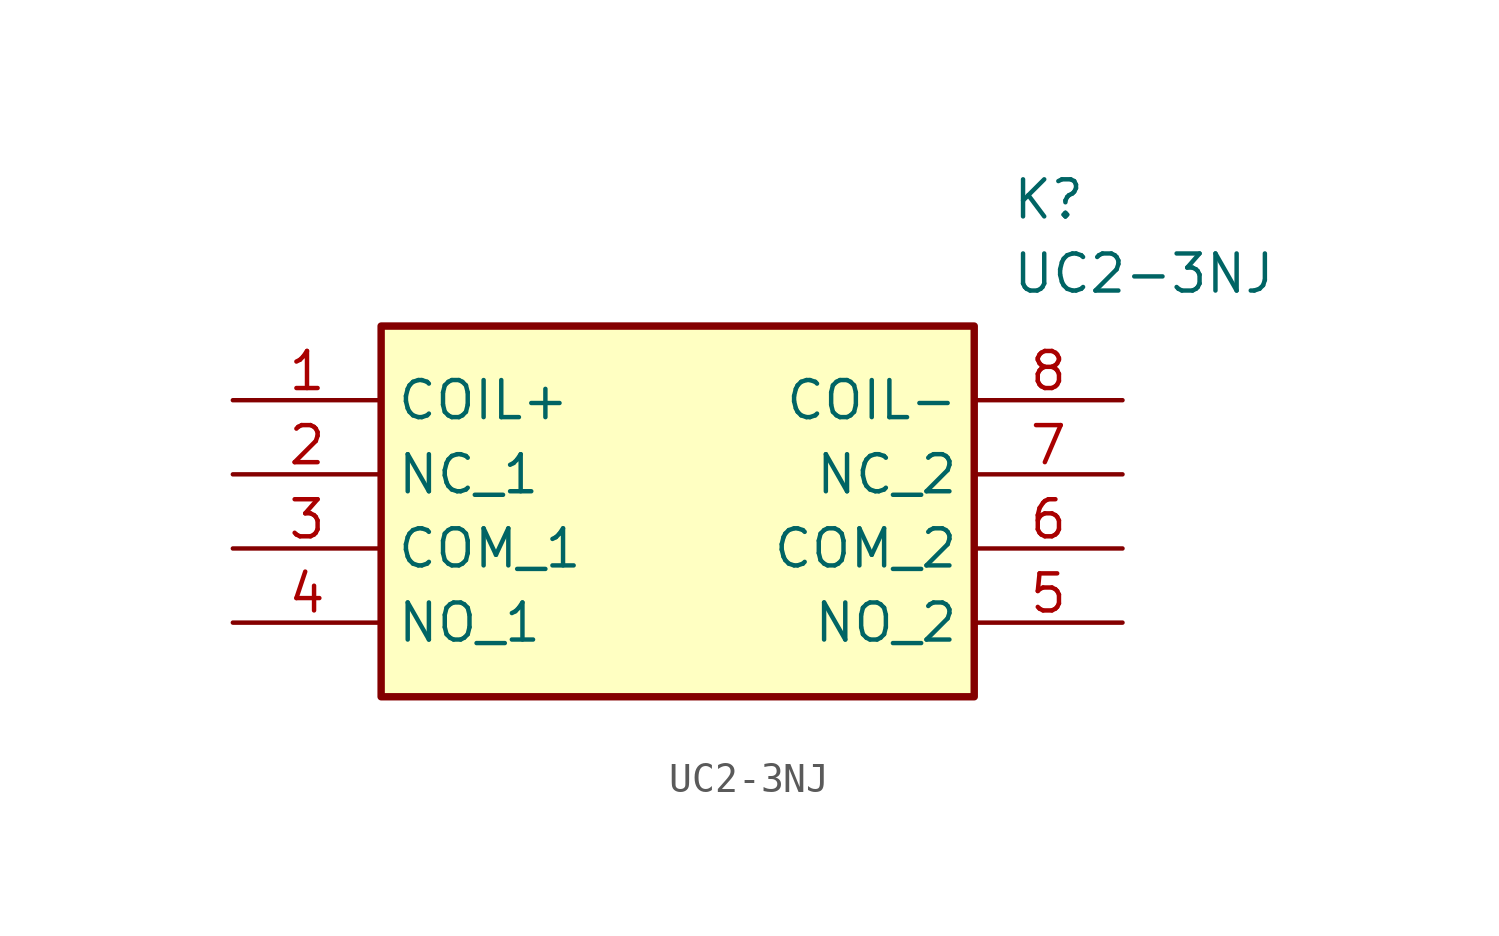
<source format=kicad_sym>
(kicad_symbol_lib
  (version 20211014)
  (generator SamacSys_ECAD_Model)
  (symbol "UC2-3NJ"
    (property "Reference" "K"
      (at 26.67 7.62 0)
      (effects (font (size 1.27 1.27)) (justify left top)))
    (property "Value" "UC2-3NJ"
      (at 26.67 5.08 0)
      (effects (font (size 1.27 1.27)) (justify left top)))
    (rectangle
      (start 5.08 2.54)
      (end 25.4 -10.16)
      (stroke (width 0.254) (type default))
      (fill (type background)))
    (pin passive line
      (at 0 0 0)
      (length 5.08)
      (name "COIL+" (effects (font (size 1.27 1.27))))
      (number "1" (effects (font (size 1.27 1.27)))))
    (pin passive line
      (at 0 -2.54 0)
      (length 5.08)
      (name "NC_1" (effects (font (size 1.27 1.27))))
      (number "2" (effects (font (size 1.27 1.27)))))
    (pin passive line
      (at 0 -5.08 0)
      (length 5.08)
      (name "COM_1" (effects (font (size 1.27 1.27))))
      (number "3" (effects (font (size 1.27 1.27)))))
    (pin passive line
      (at 0 -7.62 0)
      (length 5.08)
      (name "NO_1" (effects (font (size 1.27 1.27))))
      (number "4" (effects (font (size 1.27 1.27)))))
    (pin passive line
      (at 30.48 -7.62 180)
      (length 5.08)
      (name "NO_2" (effects (font (size 1.27 1.27))))
      (number "5" (effects (font (size 1.27 1.27)))))
    (pin passive line
      (at 30.48 -5.08 180)
      (length 5.08)
      (name "COM_2" (effects (font (size 1.27 1.27))))
      (number "6" (effects (font (size 1.27 1.27)))))
    (pin passive line
      (at 30.48 -2.54 180)
      (length 5.08)
      (name "NC_2" (effects (font (size 1.27 1.27))))
      (number "7" (effects (font (size 1.27 1.27)))))
    (pin passive line
      (at 30.48 0 180)
      (length 5.08)
      (name "COIL-" (effects (font (size 1.27 1.27))))
      (number "8" (effects (font (size 1.27 1.27)))))))
</source>
